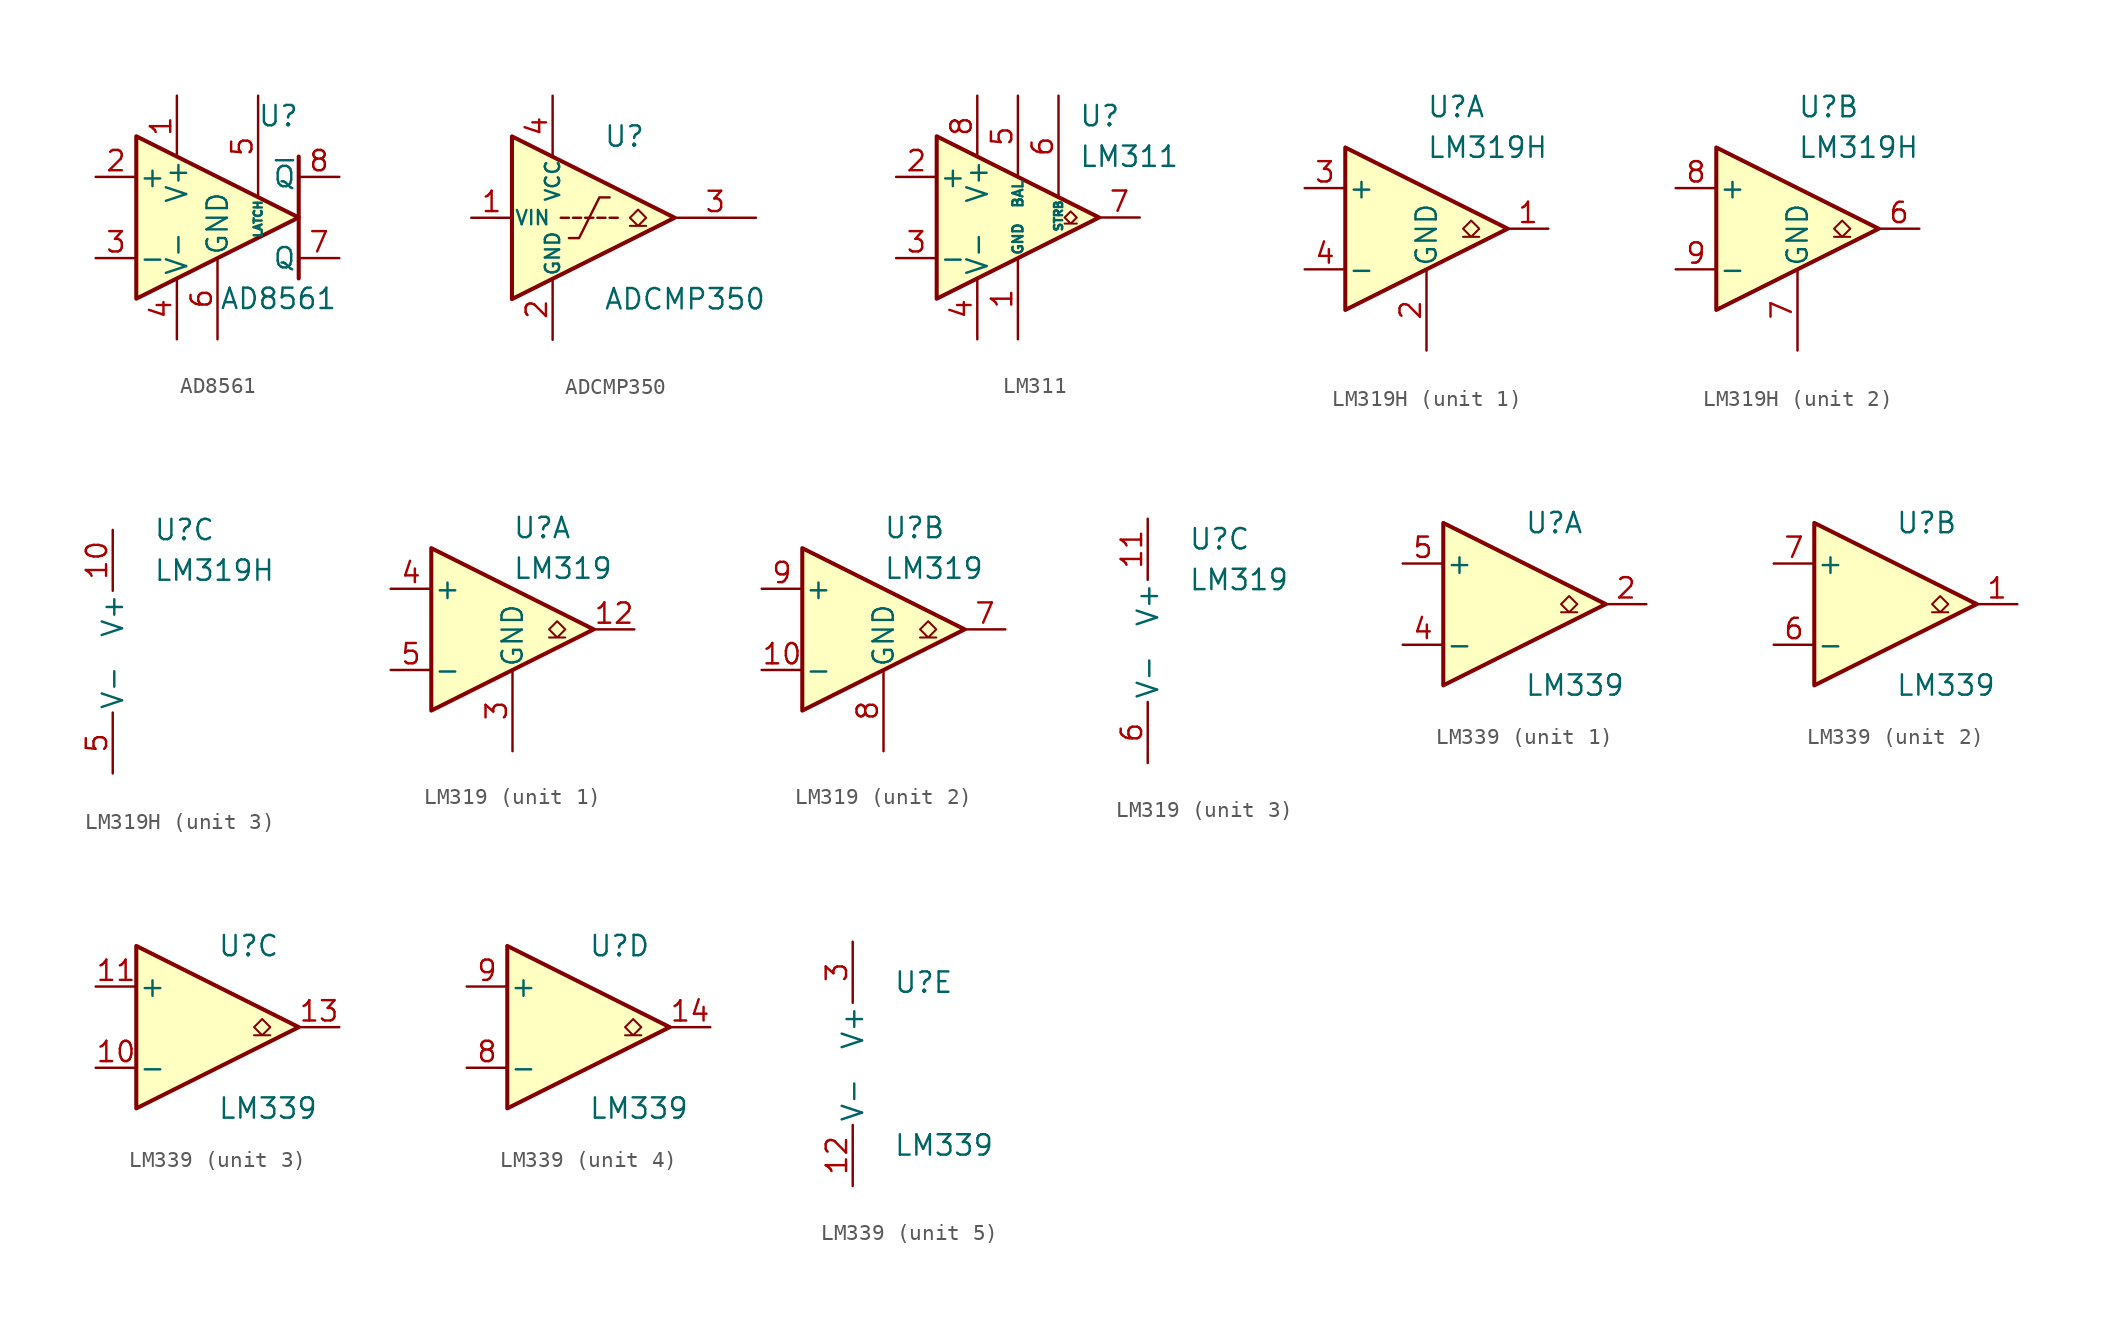
<source format=kicad_sym>
(kicad_symbol_lib
  (version 20231120)
  (generator "kicad_symbol_editor")
  (generator_version "8.0")
  (symbol "AD8561"
    (pin_names
      (offset 0.127))
    (property "Reference" "U"
      (at 3.81 6.35 0)
      (effects (font (size 1.27 1.27))))
    (property "Value" "AD8561"
      (at 3.81 -5.08 0)
      (effects (font (size 1.27 1.27))))
    (symbol "AD8561_0_1"
      (polyline (pts (xy 5.08 3.81) (xy 5.08 -3.81)) (stroke (width 0.254) (type default)) (fill (type none)))
      (polyline (pts (xy -5.08 5.08) (xy 5.08 0) (xy -5.08 -5.08) (xy -5.08 5.08)) (stroke (width 0.254) (type default)) (fill (type background))))
    (symbol "AD8561_1_1"
      (pin power_in line (at -2.54 7.62 270) (length 3.81) (name "V+" (effects (font (size 1.27 1.27)))) (number "1" (effects (font (size 1.27 1.27)))))
      (pin input line (at -7.62 2.54 0) (length 2.54) (name "+" (effects (font (size 1.27 1.27)))) (number "2" (effects (font (size 1.27 1.27)))))
      (pin input line (at -7.62 -2.54 0) (length 2.54) (name "-" (effects (font (size 1.27 1.27)))) (number "3" (effects (font (size 1.27 1.27)))))
      (pin power_in line (at -2.54 -7.62 90) (length 3.81) (name "V-" (effects (font (size 1.27 1.27)))) (number "4" (effects (font (size 1.27 1.27)))))
      (pin input line (at 2.54 7.62 270) (length 6.35) (name "LATCH" (effects (font (size 0.508 0.508)))) (number "5" (effects (font (size 1.27 1.27)))))
      (pin power_in line (at 0 -7.62 90) (length 5.08) (name "GND" (effects (font (size 1.27 1.27)))) (number "6" (effects (font (size 1.27 1.27)))))
      (pin output line (at 7.62 -2.54 180) (length 2.54) (name "Q" (effects (font (size 1.27 1.27)))) (number "7" (effects (font (size 1.27 1.27)))))
      (pin output line (at 7.62 2.54 180) (length 2.54) (name "~{Q}" (effects (font (size 1.27 1.27)))) (number "8" (effects (font (size 1.27 1.27)))))))
  (symbol "ADCMP350"
    (pin_names
      (offset 0.127))
    (property "Reference" "U"
      (at 3.175 5.08 0)
      (effects (font (size 1.27 1.27)) (justify left)))
    (property "Value" "ADCMP350"
      (at 3.175 -5.08 0)
      (effects (font (size 1.27 1.27)) (justify left)))
    (symbol "ADCMP350_0_1"
      (polyline (pts (xy 1.016 0) (xy 0.508 0)) (stroke (width 0) (type default)) (fill (type none)))
      (polyline (pts (xy 1.778 0) (xy 1.27 0)) (stroke (width 0) (type default)) (fill (type none)))
      (polyline (pts (xy 2.032 0) (xy 2.54 0)) (stroke (width 0) (type default)) (fill (type none)))
      (polyline (pts (xy 2.794 0) (xy 3.302 0)) (stroke (width 0) (type default)) (fill (type none)))
      (polyline (pts (xy 3.556 0) (xy 4.064 0)) (stroke (width 0) (type default)) (fill (type none)))
      (polyline (pts (xy -2.54 5.08) (xy 7.62 0) (xy -2.54 -5.08) (xy -2.54 5.08)) (stroke (width 0.254) (type default)) (fill (type background)))
      (polyline (pts (xy 1.016 -1.27) (xy 1.651 -1.27) (xy 2.921 1.27) (xy 3.556 1.27)) (stroke (width 0) (type default)) (fill (type none)))
      (polyline (pts (xy 4.826 -0.508) (xy 5.334 -0.508) (xy 4.826 0) (xy 5.334 0.508) (xy 5.842 0) (xy 5.334 -0.508) (xy 5.842 -0.508)) (stroke (width 0.127) (type default)) (fill (type none))))
    (symbol "ADCMP350_1_1"
      (pin input line (at -5.08 0 0) (length 2.54) (name "VIN" (effects (font (size 0.889 0.889)))) (number "1" (effects (font (size 1.27 1.27)))))
      (pin power_in line (at 0 -7.62 90) (length 3.81) (name "GND" (effects (font (size 0.889 0.889)))) (number "2" (effects (font (size 1.27 1.27)))))
      (pin open_collector line (at 12.7 0 180) (length 5.08) (name "~" (effects (font (size 1.27 1.27)))) (number "3" (effects (font (size 1.27 1.27)))))
      (pin power_in line (at 0 7.62 270) (length 3.81) (name "VCC" (effects (font (size 0.889 0.889)))) (number "4" (effects (font (size 1.27 1.27)))))))
  (symbol "LM311"
    (pin_names
      (offset 0.127))
    (property "Reference" "U"
      (at 3.81 6.35 0)
      (effects (font (size 1.27 1.27)) (justify left)))
    (property "Value" "LM311"
      (at 3.81 3.81 0)
      (effects (font (size 1.27 1.27)) (justify left)))
    (symbol "LM311_0_1"
      (polyline (pts (xy 5.08 0) (xy -5.08 5.08) (xy -5.08 -5.08) (xy 5.08 0)) (stroke (width 0.254) (type default)) (fill (type background)))
      (polyline (pts (xy 3.683 -0.381) (xy 3.302 -0.381) (xy 3.683 0) (xy 3.302 0.381) (xy 2.921 0) (xy 3.302 -0.381) (xy 2.921 -0.381)) (stroke (width 0.127) (type default)) (fill (type none))))
    (symbol "LM311_1_1"
      (pin passive line (at 0 -7.62 90) (length 5.08) (name "GND" (effects (font (size 0.635 0.635)))) (number "1" (effects (font (size 1.27 1.27)))))
      (pin input line (at -7.62 2.54 0) (length 2.54) (name "+" (effects (font (size 1.27 1.27)))) (number "2" (effects (font (size 1.27 1.27)))))
      (pin input line (at -7.62 -2.54 0) (length 2.54) (name "-" (effects (font (size 1.27 1.27)))) (number "3" (effects (font (size 1.27 1.27)))))
      (pin power_in line (at -2.54 -7.62 90) (length 3.81) (name "V-" (effects (font (size 1.27 1.27)))) (number "4" (effects (font (size 1.27 1.27)))))
      (pin input line (at 0 7.62 270) (length 5.08) (name "BAL" (effects (font (size 0.635 0.635)))) (number "5" (effects (font (size 1.27 1.27)))))
      (pin input line (at 2.54 7.62 270) (length 6.35) (name "STRB" (effects (font (size 0.508 0.508)))) (number "6" (effects (font (size 1.27 1.27)))))
      (pin open_collector line (at 7.62 0 180) (length 2.54) (name "~" (effects (font (size 1.27 1.27)))) (number "7" (effects (font (size 1.27 1.27)))))
      (pin power_in line (at -2.54 7.62 270) (length 3.81) (name "V+" (effects (font (size 1.27 1.27)))) (number "8" (effects (font (size 1.27 1.27)))))))
  (symbol "LM319H"
    (pin_names
      (offset 0.127))
    (property "Reference" "U"
      (at 0 7.62 0)
      (effects (font (size 1.27 1.27)) (justify left)))
    (property "Value" "LM319H"
      (at 0 5.08 0)
      (effects (font (size 1.27 1.27)) (justify left)))
    (property "ki_locked" ""
      (at 0 0 0)
      (effects (font (size 1.27 1.27))))
    (symbol "LM319H_1_1"
      (polyline (pts (xy 5.08 0) (xy -5.08 5.08) (xy -5.08 -5.08) (xy 5.08 0)) (stroke (width 0.254) (type default)) (fill (type background)))
      (polyline (pts (xy 3.302 -0.508) (xy 2.794 -0.508) (xy 3.302 0) (xy 2.794 0.508) (xy 2.286 0) (xy 2.794 -0.508) (xy 2.286 -0.508)) (stroke (width 0.127) (type default)) (fill (type none)))
      (pin open_collector line (at 7.62 0 180) (length 2.54) (name "~" (effects (font (size 1.27 1.27)))) (number "1" (effects (font (size 1.27 1.27)))))
      (pin passive line (at 0 -7.62 90) (length 5.08) (name "GND" (effects (font (size 1.27 1.27)))) (number "2" (effects (font (size 1.27 1.27)))))
      (pin input line (at -7.62 2.54 0) (length 2.54) (name "+" (effects (font (size 1.27 1.27)))) (number "3" (effects (font (size 1.27 1.27)))))
      (pin input line (at -7.62 -2.54 0) (length 2.54) (name "-" (effects (font (size 1.27 1.27)))) (number "4" (effects (font (size 1.27 1.27))))))
    (symbol "LM319H_2_1"
      (polyline (pts (xy 5.08 0) (xy -5.08 5.08) (xy -5.08 -5.08) (xy 5.08 0)) (stroke (width 0.254) (type default)) (fill (type background)))
      (polyline (pts (xy 3.302 -0.508) (xy 2.794 -0.508) (xy 3.302 0) (xy 2.794 0.508) (xy 2.286 0) (xy 2.794 -0.508) (xy 2.286 -0.508)) (stroke (width 0.127) (type default)) (fill (type none)))
      (pin open_collector line (at 7.62 0 180) (length 2.54) (name "~" (effects (font (size 1.27 1.27)))) (number "6" (effects (font (size 1.27 1.27)))))
      (pin passive line (at 0 -7.62 90) (length 5.08) (name "GND" (effects (font (size 1.27 1.27)))) (number "7" (effects (font (size 1.27 1.27)))))
      (pin input line (at -7.62 2.54 0) (length 2.54) (name "+" (effects (font (size 1.27 1.27)))) (number "8" (effects (font (size 1.27 1.27)))))
      (pin input line (at -7.62 -2.54 0) (length 2.54) (name "-" (effects (font (size 1.27 1.27)))) (number "9" (effects (font (size 1.27 1.27))))))
    (symbol "LM319H_3_1"
      (pin power_in line (at -2.54 7.62 270) (length 3.81) (name "V+" (effects (font (size 1.27 1.27)))) (number "10" (effects (font (size 1.27 1.27)))))
      (pin power_in line (at -2.54 -7.62 90) (length 3.81) (name "V-" (effects (font (size 1.27 1.27)))) (number "5" (effects (font (size 1.27 1.27)))))))
  (symbol "LM319"
    (pin_names
      (offset 0.127))
    (property "Reference" "U"
      (at 0 6.35 0)
      (effects (font (size 1.27 1.27)) (justify left)))
    (property "Value" "LM319"
      (at 0 3.81 0)
      (effects (font (size 1.27 1.27)) (justify left)))
    (property "ki_locked" ""
      (at 0 0 0)
      (effects (font (size 1.27 1.27))))
    (symbol "LM319_1_1"
      (polyline (pts (xy -5.08 5.08) (xy 5.08 0) (xy -5.08 -5.08) (xy -5.08 5.08) (xy -5.08 5.08)) (stroke (width 0.254) (type default)) (fill (type background)))
      (polyline (pts (xy 2.286 -0.508) (xy 2.794 -0.508) (xy 2.286 0) (xy 2.794 0.508) (xy 3.302 0) (xy 2.794 -0.508) (xy 3.302 -0.508)) (stroke (width 0.127) (type default)) (fill (type none)))
      (pin no_connect line (at 0 -2.54 90) (length 2.54) hide (name "NC" (effects (font (size 1.27 1.27)))) (number "1" (effects (font (size 1.27 1.27)))))
      (pin open_collector line (at 7.62 0 180) (length 2.54) (name "~" (effects (font (size 1.27 1.27)))) (number "12" (effects (font (size 1.27 1.27)))))
      (pin no_connect line (at 0 2.54 270) (length 2.54) hide (name "NC" (effects (font (size 1.27 1.27)))) (number "2" (effects (font (size 1.27 1.27)))))
      (pin passive line (at 0 -7.62 90) (length 5.08) (name "GND" (effects (font (size 1.27 1.27)))) (number "3" (effects (font (size 1.27 1.27)))))
      (pin input line (at -7.62 2.54 0) (length 2.54) (name "+" (effects (font (size 1.27 1.27)))) (number "4" (effects (font (size 1.27 1.27)))))
      (pin input line (at -7.62 -2.54 0) (length 2.54) (name "-" (effects (font (size 1.27 1.27)))) (number "5" (effects (font (size 1.27 1.27))))))
    (symbol "LM319_2_1"
      (polyline (pts (xy -5.08 5.08) (xy 5.08 0) (xy -5.08 -5.08) (xy -5.08 5.08) (xy -5.08 5.08)) (stroke (width 0.254) (type default)) (fill (type background)))
      (polyline (pts (xy 3.302 -0.508) (xy 2.794 -0.508) (xy 3.302 0) (xy 2.794 0.508) (xy 2.286 0) (xy 2.794 -0.508) (xy 2.286 -0.508)) (stroke (width 0.127) (type default)) (fill (type none)))
      (pin input line (at -7.62 -2.54 0) (length 2.54) (name "-" (effects (font (size 1.27 1.27)))) (number "10" (effects (font (size 1.27 1.27)))))
      (pin no_connect line (at 0 -2.54 90) (length 2.54) hide (name "NC" (effects (font (size 1.27 1.27)))) (number "13" (effects (font (size 1.27 1.27)))))
      (pin no_connect line (at 0 2.54 270) (length 2.54) hide (name "NC" (effects (font (size 1.27 1.27)))) (number "14" (effects (font (size 1.27 1.27)))))
      (pin open_collector line (at 7.62 0 180) (length 2.54) (name "~" (effects (font (size 1.27 1.27)))) (number "7" (effects (font (size 1.27 1.27)))))
      (pin passive line (at 0 -7.62 90) (length 5.08) (name "GND" (effects (font (size 1.27 1.27)))) (number "8" (effects (font (size 1.27 1.27)))))
      (pin input line (at -7.62 2.54 0) (length 2.54) (name "+" (effects (font (size 1.27 1.27)))) (number "9" (effects (font (size 1.27 1.27))))))
    (symbol "LM319_3_1"
      (pin power_in line (at -2.54 7.62 270) (length 3.81) (name "V+" (effects (font (size 1.27 1.27)))) (number "11" (effects (font (size 1.27 1.27)))))
      (pin power_in line (at -2.54 -7.62 90) (length 3.81) (name "V-" (effects (font (size 1.27 1.27)))) (number "6" (effects (font (size 1.27 1.27)))))))
  (symbol "LM339"
    (pin_names
      (offset 0.127))
    (property "Reference" "U"
      (at 0 5.08 0)
      (effects (font (size 1.27 1.27)) (justify left)))
    (property "Value" "LM339"
      (at 0 -5.08 0)
      (effects (font (size 1.27 1.27)) (justify left)))
    (property "ki_locked" ""
      (at 0 0 0)
      (effects (font (size 1.27 1.27))))
    (symbol "LM339_1_1"
      (polyline (pts (xy -5.08 5.08) (xy 5.08 0) (xy -5.08 -5.08) (xy -5.08 5.08)) (stroke (width 0.254) (type default)) (fill (type background)))
      (polyline (pts (xy 3.302 -0.508) (xy 2.794 -0.508) (xy 3.302 0) (xy 2.794 0.508) (xy 2.286 0) (xy 2.794 -0.508) (xy 2.286 -0.508)) (stroke (width 0.127) (type default)) (fill (type none)))
      (pin open_collector line (at 7.62 0 180) (length 2.54) (name "~" (effects (font (size 1.27 1.27)))) (number "2" (effects (font (size 1.27 1.27)))))
      (pin input line (at -7.62 -2.54 0) (length 2.54) (name "-" (effects (font (size 1.27 1.27)))) (number "4" (effects (font (size 1.27 1.27)))))
      (pin input line (at -7.62 2.54 0) (length 2.54) (name "+" (effects (font (size 1.27 1.27)))) (number "5" (effects (font (size 1.27 1.27))))))
    (symbol "LM339_2_1"
      (polyline (pts (xy -5.08 5.08) (xy 5.08 0) (xy -5.08 -5.08) (xy -5.08 5.08)) (stroke (width 0.254) (type default)) (fill (type background)))
      (polyline (pts (xy 3.302 -0.508) (xy 2.794 -0.508) (xy 3.302 0) (xy 2.794 0.508) (xy 2.286 0) (xy 2.794 -0.508) (xy 2.286 -0.508)) (stroke (width 0.127) (type default)) (fill (type none)))
      (pin open_collector line (at 7.62 0 180) (length 2.54) (name "~" (effects (font (size 1.27 1.27)))) (number "1" (effects (font (size 1.27 1.27)))))
      (pin input line (at -7.62 -2.54 0) (length 2.54) (name "-" (effects (font (size 1.27 1.27)))) (number "6" (effects (font (size 1.27 1.27)))))
      (pin input line (at -7.62 2.54 0) (length 2.54) (name "+" (effects (font (size 1.27 1.27)))) (number "7" (effects (font (size 1.27 1.27))))))
    (symbol "LM339_3_1"
      (polyline (pts (xy -5.08 5.08) (xy 5.08 0) (xy -5.08 -5.08) (xy -5.08 5.08)) (stroke (width 0.254) (type default)) (fill (type background)))
      (polyline (pts (xy 3.302 -0.508) (xy 2.794 -0.508) (xy 3.302 0) (xy 2.794 0.508) (xy 2.286 0) (xy 2.794 -0.508) (xy 2.286 -0.508)) (stroke (width 0.127) (type default)) (fill (type none)))
      (pin input line (at -7.62 -2.54 0) (length 2.54) (name "-" (effects (font (size 1.27 1.27)))) (number "10" (effects (font (size 1.27 1.27)))))
      (pin input line (at -7.62 2.54 0) (length 2.54) (name "+" (effects (font (size 1.27 1.27)))) (number "11" (effects (font (size 1.27 1.27)))))
      (pin open_collector line (at 7.62 0 180) (length 2.54) (name "~" (effects (font (size 1.27 1.27)))) (number "13" (effects (font (size 1.27 1.27))))))
    (symbol "LM339_4_1"
      (polyline (pts (xy -5.08 5.08) (xy 5.08 0) (xy -5.08 -5.08) (xy -5.08 5.08)) (stroke (width 0.254) (type default)) (fill (type background)))
      (polyline (pts (xy 3.302 -0.508) (xy 2.794 -0.508) (xy 3.302 0) (xy 2.794 0.508) (xy 2.286 0) (xy 2.794 -0.508) (xy 2.286 -0.508)) (stroke (width 0.127) (type default)) (fill (type none)))
      (pin open_collector line (at 7.62 0 180) (length 2.54) (name "~" (effects (font (size 1.27 1.27)))) (number "14" (effects (font (size 1.27 1.27)))))
      (pin input line (at -7.62 -2.54 0) (length 2.54) (name "-" (effects (font (size 1.27 1.27)))) (number "8" (effects (font (size 1.27 1.27)))))
      (pin input line (at -7.62 2.54 0) (length 2.54) (name "+" (effects (font (size 1.27 1.27)))) (number "9" (effects (font (size 1.27 1.27))))))
    (symbol "LM339_5_1"
      (pin power_in line (at -2.54 -7.62 90) (length 3.81) (name "V-" (effects (font (size 1.27 1.27)))) (number "12" (effects (font (size 1.27 1.27)))))
      (pin power_in line (at -2.54 7.62 270) (length 3.81) (name "V+" (effects (font (size 1.27 1.27)))) (number "3" (effects (font (size 1.27 1.27))))))))
</source>
